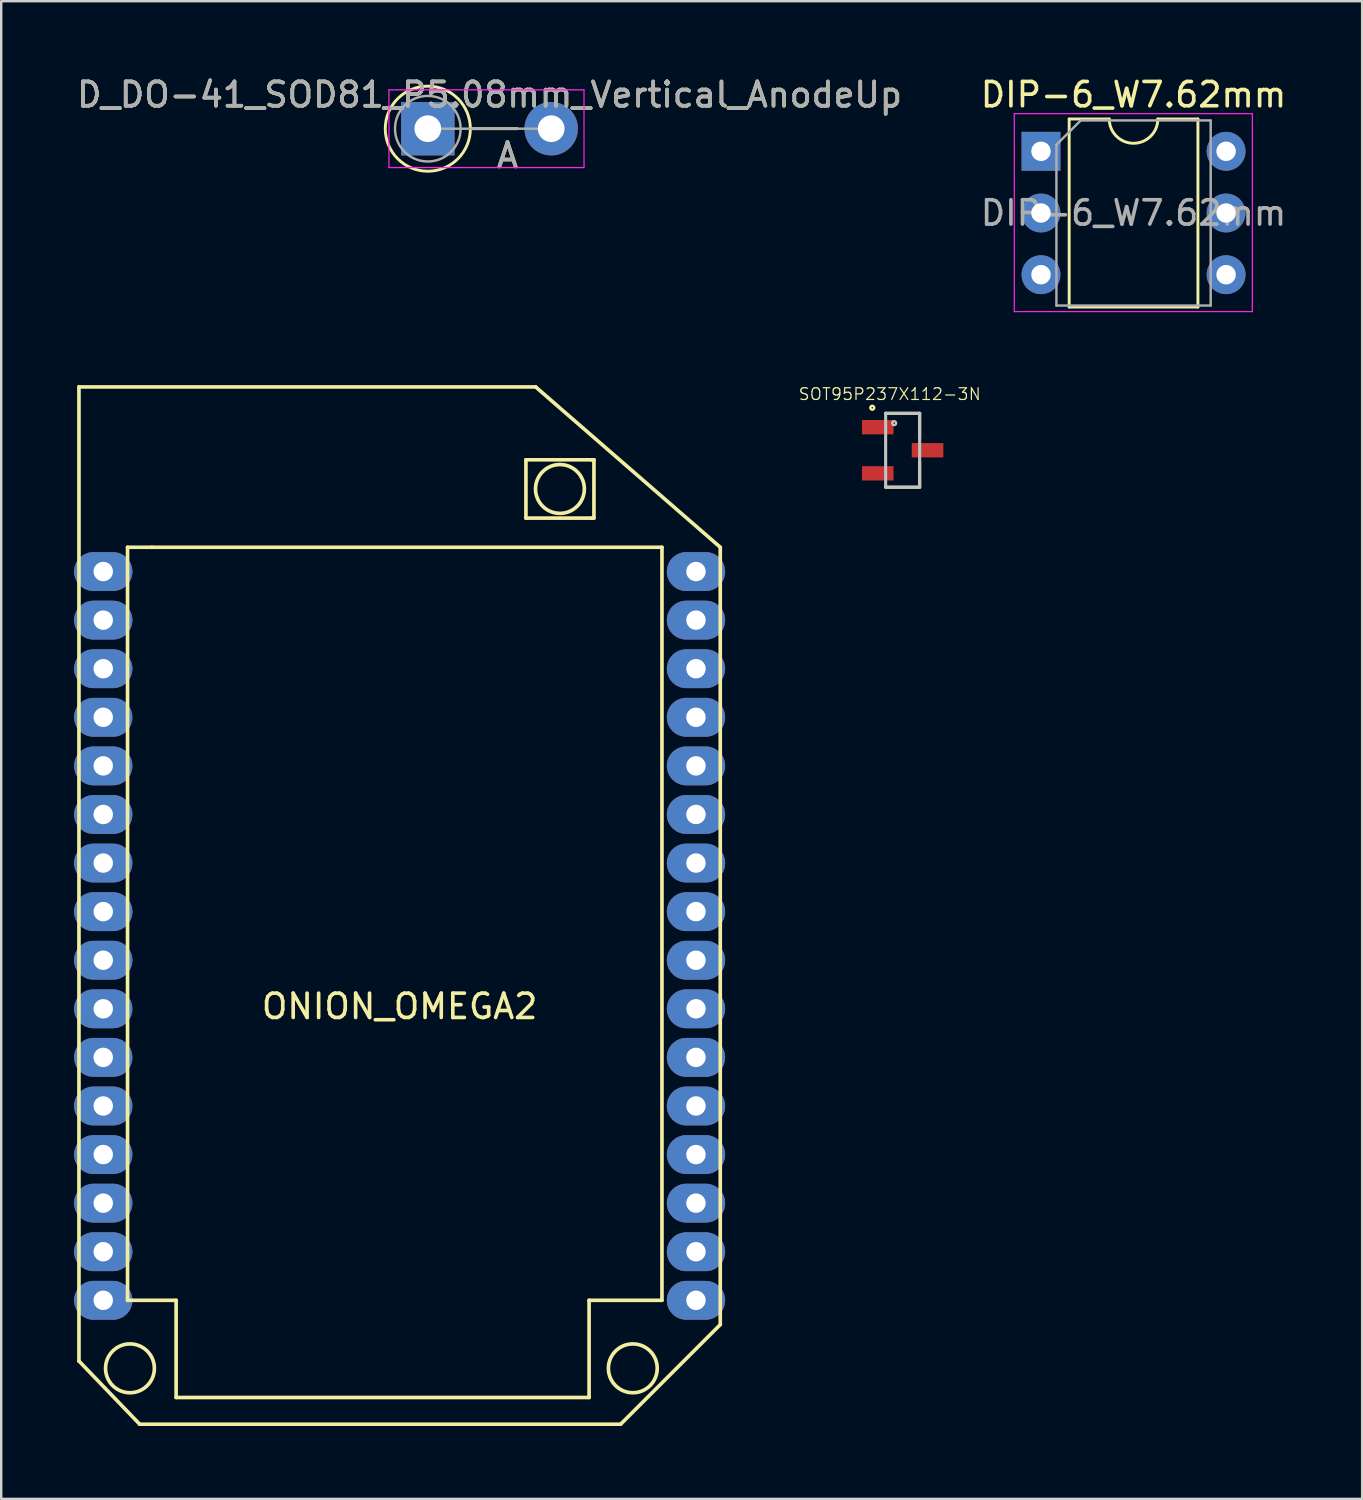
<source format=kicad_pcb>
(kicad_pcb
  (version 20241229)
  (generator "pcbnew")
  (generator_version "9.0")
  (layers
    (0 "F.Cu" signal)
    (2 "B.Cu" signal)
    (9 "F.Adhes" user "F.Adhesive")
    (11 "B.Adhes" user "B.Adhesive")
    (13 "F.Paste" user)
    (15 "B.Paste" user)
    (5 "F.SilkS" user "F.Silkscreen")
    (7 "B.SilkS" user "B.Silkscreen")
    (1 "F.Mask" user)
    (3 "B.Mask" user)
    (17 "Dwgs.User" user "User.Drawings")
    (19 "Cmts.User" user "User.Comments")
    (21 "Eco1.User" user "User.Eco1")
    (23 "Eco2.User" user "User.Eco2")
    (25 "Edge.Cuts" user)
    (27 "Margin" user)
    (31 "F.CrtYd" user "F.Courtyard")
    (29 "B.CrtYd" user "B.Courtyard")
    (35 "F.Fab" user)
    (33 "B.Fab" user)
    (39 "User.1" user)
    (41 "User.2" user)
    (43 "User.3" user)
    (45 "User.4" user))
  (footprint "DIP-6_W7.62mm"
    (layer "F.Cu")
    (at 39.803 3.178)
    (property "Reference" "DIP-6_W7.62mm" (at 3.81 -2.33 0) (layer "F.SilkS") (effects (font (size 1 1) (thickness 0.15))))
    (attr through_hole)
    (fp_line (start 1.16 -1.33) (end 1.16 6.41) (stroke (width 0.12) (type solid)) (layer "F.SilkS"))
    (fp_line (start 1.16 6.41) (end 6.46 6.41) (stroke (width 0.12) (type solid)) (layer "F.SilkS"))
    (fp_line (start 2.81 -1.33) (end 1.16 -1.33) (stroke (width 0.12) (type solid)) (layer "F.SilkS"))
    (fp_line (start 6.46 -1.33) (end 4.81 -1.33) (stroke (width 0.12) (type solid)) (layer "F.SilkS"))
    (fp_line (start 6.46 6.41) (end 6.46 -1.33) (stroke (width 0.12) (type solid)) (layer "F.SilkS"))
    (fp_arc (start 4.81 -1.33) (mid 3.81 -0.33) (end 2.81 -1.33) (stroke (width 0.12) (type solid)) (layer "F.SilkS"))
    (fp_line (start -1.1 -1.55) (end -1.1 6.6) (stroke (width 0.05) (type solid)) (layer "F.CrtYd"))
    (fp_line (start -1.1 6.6) (end 8.7 6.6) (stroke (width 0.05) (type solid)) (layer "F.CrtYd"))
    (fp_line (start 8.7 -1.55) (end -1.1 -1.55) (stroke (width 0.05) (type solid)) (layer "F.CrtYd"))
    (fp_line (start 8.7 6.6) (end 8.7 -1.55) (stroke (width 0.05) (type solid)) (layer "F.CrtYd"))
    (fp_line (start 0.635 -0.27) (end 1.635 -1.27) (stroke (width 0.1) (type solid)) (layer "F.Fab"))
    (fp_line (start 0.635 6.35) (end 0.635 -0.27) (stroke (width 0.1) (type solid)) (layer "F.Fab"))
    (fp_line (start 1.635 -1.27) (end 6.985 -1.27) (stroke (width 0.1) (type solid)) (layer "F.Fab"))
    (fp_line (start 6.985 -1.27) (end 6.985 6.35) (stroke (width 0.1) (type solid)) (layer "F.Fab"))
    (fp_line (start 6.985 6.35) (end 0.635 6.35) (stroke (width 0.1) (type solid)) (layer "F.Fab"))
    (fp_text user "${REFERENCE}" (at 3.81 2.54 0) (layer "F.Fab") (effects (font (size 1 1) (thickness 0.15))))
    (pad "1" thru_hole rect (at 0 0) (size 1.6 1.6) (drill 0.8) (layers "*.Cu" "*.Mask"))
    (pad "2" thru_hole oval (at 0 2.54) (size 1.6 1.6) (drill 0.8) (layers "*.Cu" "*.Mask"))
    (pad "3" thru_hole oval (at 0 5.08) (size 1.6 1.6) (drill 0.8) (layers "*.Cu" "*.Mask"))
    (pad "4" thru_hole oval (at 7.62 5.08) (size 1.6 1.6) (drill 0.8) (layers "*.Cu" "*.Mask"))
    (pad "5" thru_hole oval (at 7.62 2.54) (size 1.6 1.6) (drill 0.8) (layers "*.Cu" "*.Mask"))
    (pad "6" thru_hole oval (at 7.62 0) (size 1.6 1.6) (drill 0.8) (layers "*.Cu" "*.Mask")))
  (footprint "D_DO-41_SOD81_P5.08mm_Vertical_AnodeUp"
    (layer "F.Cu")
    (at 14.561 2.248)
    (property "Reference" "D_DO-41_SOD81_P5.08mm_Vertical_AnodeUp" (at 2.54 -1.4 0) (layer "F.SilkS") (effects (font (size 1 1) (thickness 0.15))))
    (attr through_hole)
    (fp_line (start 1.751 0) (end 3.68 0) (stroke (width 0.12) (type solid)) (layer "F.SilkS"))
    (fp_circle (center 0 0) (end 1.751 0) (stroke (width 0.12) (type solid)) (fill no) (layer "F.SilkS"))
    (fp_line (start -1.6 -1.6) (end -1.6 1.6) (stroke (width 0.05) (type solid)) (layer "F.CrtYd"))
    (fp_line (start -1.6 1.6) (end 6.43 1.6) (stroke (width 0.05) (type solid)) (layer "F.CrtYd"))
    (fp_line (start 6.43 -1.6) (end -1.6 -1.6) (stroke (width 0.05) (type solid)) (layer "F.CrtYd"))
    (fp_line (start 6.43 1.6) (end 6.43 -1.6) (stroke (width 0.05) (type solid)) (layer "F.CrtYd"))
    (fp_line (start 0 0) (end 5.08 0) (stroke (width 0.1) (type solid)) (layer "F.Fab"))
    (fp_circle (center 0 0) (end 1.35 0) (stroke (width 0.1) (type solid)) (fill no) (layer "F.Fab"))
    (fp_text user "A" (at 3.28 1.1 0) (layer "F.SilkS") (effects (font (size 1 1) (thickness 0.15))))
    (fp_text user "A" (at 3.28 1.1 0) (layer "F.Fab") (effects (font (size 1 1) (thickness 0.15))))
    (fp_text user "${REFERENCE}" (at 2.54 -1.4 0) (layer "F.Fab") (effects (font (size 1 1) (thickness 0.15))))
    (pad "1" thru_hole rect (at 0 0) (size 2.2 2.2) (drill 1.1) (layers "*.Cu" "*.Mask"))
    (pad "2" thru_hole oval (at 5.08 0) (size 2.2 2.2) (drill 1.1) (layers "*.Cu" "*.Mask")))
  (footprint "SOT95P237X112-3N"
    (layer "F.Cu")
    (at 34.108 15.485)
    (property "Reference" "SOT95P237X112-3N" (at -0.532 -2.312 0) (layer "F.SilkS") (effects (font (size 0.482 0.482) (thickness 0.05))))
    (attr smd)
    (fp_line (start 0.7 -1.52) (end -0.7 -1.52) (stroke (width 0.127) (type solid)) (layer "F.SilkS"))
    (fp_line (start 0.7 -0.475) (end 0.7 -1.52) (stroke (width 0.127) (type solid)) (layer "F.SilkS"))
    (fp_line (start 0.7 0.475) (end 0.7 1.52) (stroke (width 0.127) (type solid)) (layer "F.SilkS"))
    (fp_line (start 0.7 1.52) (end -0.7 1.52) (stroke (width 0.127) (type solid)) (layer "F.SilkS"))
    (fp_circle (center -1.25 -1.75) (end -1.17 -1.75) (stroke (width 0.1) (type solid)) (fill no) (layer "F.SilkS"))
    (fp_line (start -0.7 -1.52) (end 0.7 -1.52) (stroke (width 0.127) (type solid)) (layer "Dwgs.User"))
    (fp_line (start -0.7 1.52) (end -0.7 -1.52) (stroke (width 0.127) (type solid)) (layer "Dwgs.User"))
    (fp_line (start 0.7 -1.52) (end 0.7 1.52) (stroke (width 0.127) (type solid)) (layer "Dwgs.User"))
    (fp_line (start 0.7 1.52) (end -0.7 1.52) (stroke (width 0.127) (type solid)) (layer "Dwgs.User"))
    (fp_circle (center -0.35 -1.115) (end -0.27 -1.115) (stroke (width 0.1) (type solid)) (fill no) (layer "Dwgs.User"))
    (fp_line (start -1.93 -1.5) (end -0.95 -1.5) (stroke (width 0.05) (type solid)) (layer "Eco1.User"))
    (fp_line (start -1.93 1.5) (end -1.93 -1.5) (stroke (width 0.05) (type solid)) (layer "Eco1.User"))
    (fp_line (start -0.95 -1.77) (end 0.95 -1.77) (stroke (width 0.05) (type solid)) (layer "Eco1.User"))
    (fp_line (start -0.95 -1.5) (end -0.95 -1.77) (stroke (width 0.05) (type solid)) (layer "Eco1.User"))
    (fp_line (start -0.95 1.5) (end -1.93 1.5) (stroke (width 0.05) (type solid)) (layer "Eco1.User"))
    (fp_line (start -0.95 1.77) (end -0.95 1.5) (stroke (width 0.05) (type solid)) (layer "Eco1.User"))
    (fp_line (start 0.95 -1.77) (end 0.95 -0.55) (stroke (width 0.05) (type solid)) (layer "Eco1.User"))
    (fp_line (start 0.95 -0.55) (end 1.93 -0.55) (stroke (width 0.05) (type solid)) (layer "Eco1.User"))
    (fp_line (start 0.95 0.55) (end 0.95 1.77) (stroke (width 0.05) (type solid)) (layer "Eco1.User"))
    (fp_line (start 0.95 1.77) (end -0.95 1.77) (stroke (width 0.05) (type solid)) (layer "Eco1.User"))
    (fp_line (start 1.93 -0.55) (end 1.93 0.55) (stroke (width 0.05) (type solid)) (layer "Eco1.User"))
    (fp_line (start 1.93 0.55) (end 0.95 0.55) (stroke (width 0.05) (type solid)) (layer "Eco1.User"))
    (pad "1" smd rect (at -1.025 -0.95 180) (size 1.3 0.59) (layers "F.Cu" "F.Mask" "F.Paste"))
    (pad "2" smd rect (at -1.025 0.95 180) (size 1.3 0.59) (layers "F.Cu" "F.Mask" "F.Paste"))
    (pad "3" smd rect (at 1.025 0 180) (size 1.3 0.59) (layers "F.Cu" "F.Mask" "F.Paste")))
  (footprint "ONION_OMEGA2"
    (layer "F.Cu")
    (at 1.2 20.478)
    (property "Reference" "ONION_OMEGA2" (at 12.2 17.9 0) (layer "F.SilkS") (effects (font (size 1 1) (thickness 0.15))))
    (attr through_hole)
    (fp_line (start -1 -7.6) (end -1 32.5) (stroke (width 0.15) (type solid)) (layer "F.SilkS"))
    (fp_line (start -1 -7.6) (end 17.8 -7.6) (stroke (width 0.15) (type solid)) (layer "F.SilkS"))
    (fp_line (start -1 32.5) (end 1.5 35.1) (stroke (width 0.15) (type solid)) (layer "F.SilkS"))
    (fp_line (start 1 -1) (end 2 -1) (stroke (width 0.15) (type solid)) (layer "F.SilkS"))
    (fp_line (start 1 30) (end 1 -1) (stroke (width 0.15) (type solid)) (layer "F.SilkS"))
    (fp_line (start 1.5 35.1) (end 21.3 35.1) (stroke (width 0.15) (type solid)) (layer "F.SilkS"))
    (fp_line (start 2 -1) (end 23 -1) (stroke (width 0.15) (type solid)) (layer "F.SilkS"))
    (fp_line (start 3 30) (end 1 30) (stroke (width 0.15) (type solid)) (layer "F.SilkS"))
    (fp_line (start 3 34) (end 3 30) (stroke (width 0.15) (type solid)) (layer "F.SilkS"))
    (fp_line (start 17.4 -4.6) (end 20.1 -4.6) (stroke (width 0.15) (type solid)) (layer "F.SilkS"))
    (fp_line (start 17.4 -2.2) (end 17.4 -4.6) (stroke (width 0.15) (type solid)) (layer "F.SilkS"))
    (fp_line (start 17.8 -7.6) (end 25.4 -1) (stroke (width 0.15) (type solid)) (layer "F.SilkS"))
    (fp_line (start 20 30) (end 20 34) (stroke (width 0.15) (type solid)) (layer "F.SilkS"))
    (fp_line (start 20 34) (end 3 34) (stroke (width 0.15) (type solid)) (layer "F.SilkS"))
    (fp_line (start 20.1 -2.2) (end 17.4 -2.2) (stroke (width 0.15) (type solid)) (layer "F.SilkS"))
    (fp_line (start 20.2 -4.6) (end 20.1 -4.6) (stroke (width 0.15) (type solid)) (layer "F.SilkS"))
    (fp_line (start 20.2 -4.6) (end 20.2 -2.2) (stroke (width 0.15) (type solid)) (layer "F.SilkS"))
    (fp_line (start 20.2 -2.2) (end 20.1 -2.2) (stroke (width 0.15) (type solid)) (layer "F.SilkS"))
    (fp_line (start 23 -1) (end 23 30) (stroke (width 0.15) (type solid)) (layer "F.SilkS"))
    (fp_line (start 23 30) (end 20 30) (stroke (width 0.15) (type solid)) (layer "F.SilkS"))
    (fp_line (start 25.4 -1) (end 25.4 31) (stroke (width 0.15) (type solid)) (layer "F.SilkS"))
    (fp_line (start 25.4 31) (end 21.3 35.1) (stroke (width 0.15) (type solid)) (layer "F.SilkS"))
    (fp_circle (center 1.1 32.8) (end 2.1 32.9) (stroke (width 0.15) (type solid)) (fill no) (layer "F.SilkS"))
    (fp_circle (center 18.8 -3.4) (end 19.8 -3.5) (stroke (width 0.15) (type solid)) (fill no) (layer "F.SilkS"))
    (fp_circle (center 21.8 32.8) (end 22.8 32.7) (stroke (width 0.15) (type solid)) (fill no) (layer "F.SilkS"))
    (pad "1" thru_hole oval (at 0 0) (size 2.4 1.6) (drill 0.8) (layers "*.Cu" "*.Mask"))
    (pad "2" thru_hole oval (at 0 2) (size 2.4 1.6) (drill 0.8) (layers "*.Cu" "*.Mask"))
    (pad "3" thru_hole oval (at 0 4) (size 2.4 1.6) (drill 0.8) (layers "*.Cu" "*.Mask"))
    (pad "4" thru_hole oval (at 0 6) (size 2.4 1.6) (drill 0.8) (layers "*.Cu" "*.Mask"))
    (pad "5" thru_hole oval (at 0 8) (size 2.4 1.6) (drill 0.8) (layers "*.Cu" "*.Mask"))
    (pad "6" thru_hole oval (at 0 10) (size 2.4 1.6) (drill 0.8) (layers "*.Cu" "*.Mask"))
    (pad "7" thru_hole oval (at 0 12) (size 2.4 1.6) (drill 0.8) (layers "*.Cu" "*.Mask"))
    (pad "8" thru_hole oval (at 0 14) (size 2.4 1.6) (drill 0.8) (layers "*.Cu" "*.Mask"))
    (pad "9" thru_hole oval (at 0 16) (size 2.4 1.6) (drill 0.8) (layers "*.Cu" "*.Mask"))
    (pad "10" thru_hole oval (at 0 18) (size 2.4 1.6) (drill 0.8) (layers "*.Cu" "*.Mask"))
    (pad "11" thru_hole oval (at 0 20) (size 2.4 1.6) (drill 0.8) (layers "*.Cu" "*.Mask"))
    (pad "12" thru_hole oval (at 0 22) (size 2.4 1.6) (drill 0.8) (layers "*.Cu" "*.Mask"))
    (pad "13" thru_hole oval (at 0 24) (size 2.4 1.6) (drill 0.8) (layers "*.Cu" "*.Mask"))
    (pad "14" thru_hole oval (at 0 26) (size 2.4 1.6) (drill 0.8) (layers "*.Cu" "*.Mask"))
    (pad "15" thru_hole oval (at 0 28) (size 2.4 1.6) (drill 0.8) (layers "*.Cu" "*.Mask"))
    (pad "16" thru_hole oval (at 0 30) (size 2.4 1.6) (drill 0.8) (layers "*.Cu" "*.Mask"))
    (pad "17" thru_hole oval (at 24.4 30) (size 2.4 1.6) (drill 0.8) (layers "*.Cu" "*.Mask"))
    (pad "18" thru_hole oval (at 24.4 28) (size 2.4 1.6) (drill 0.8) (layers "*.Cu" "*.Mask"))
    (pad "19" thru_hole oval (at 24.4 26) (size 2.4 1.6) (drill 0.8) (layers "*.Cu" "*.Mask"))
    (pad "20" thru_hole oval (at 24.4 24) (size 2.4 1.6) (drill 0.8) (layers "*.Cu" "*.Mask"))
    (pad "21" thru_hole oval (at 24.4 22) (size 2.4 1.6) (drill 0.8) (layers "*.Cu" "*.Mask"))
    (pad "22" thru_hole oval (at 24.4 20) (size 2.4 1.6) (drill 0.8) (layers "*.Cu" "*.Mask"))
    (pad "23" thru_hole oval (at 24.4 18) (size 2.4 1.6) (drill 0.8) (layers "*.Cu" "*.Mask"))
    (pad "24" thru_hole oval (at 24.4 16) (size 2.4 1.6) (drill 0.8) (layers "*.Cu" "*.Mask"))
    (pad "25" thru_hole oval (at 24.4 14) (size 2.4 1.6) (drill 0.8) (layers "*.Cu" "*.Mask"))
    (pad "26" thru_hole oval (at 24.4 12) (size 2.4 1.6) (drill 0.8) (layers "*.Cu" "*.Mask"))
    (pad "27" thru_hole oval (at 24.4 10) (size 2.4 1.6) (drill 0.8) (layers "*.Cu" "*.Mask"))
    (pad "28" thru_hole oval (at 24.4 8) (size 2.4 1.6) (drill 0.8) (layers "*.Cu" "*.Mask"))
    (pad "29" thru_hole oval (at 24.4 6) (size 2.4 1.6) (drill 0.8) (layers "*.Cu" "*.Mask"))
    (pad "30" thru_hole oval (at 24.4 4) (size 2.4 1.6) (drill 0.8) (layers "*.Cu" "*.Mask"))
    (pad "31" thru_hole oval (at 24.4 2) (size 2.4 1.6) (drill 0.8) (layers "*.Cu" "*.Mask"))
    (pad "32" thru_hole oval (at 24.4 0) (size 2.4 1.6) (drill 0.8) (layers "*.Cu" "*.Mask")))
  (gr_rect
    (start -3 -3)
    (end 53.024 58.653)
    (stroke (width 0.1) (type default))
    (fill no)
    (layer "Edge.Cuts")))
</source>
